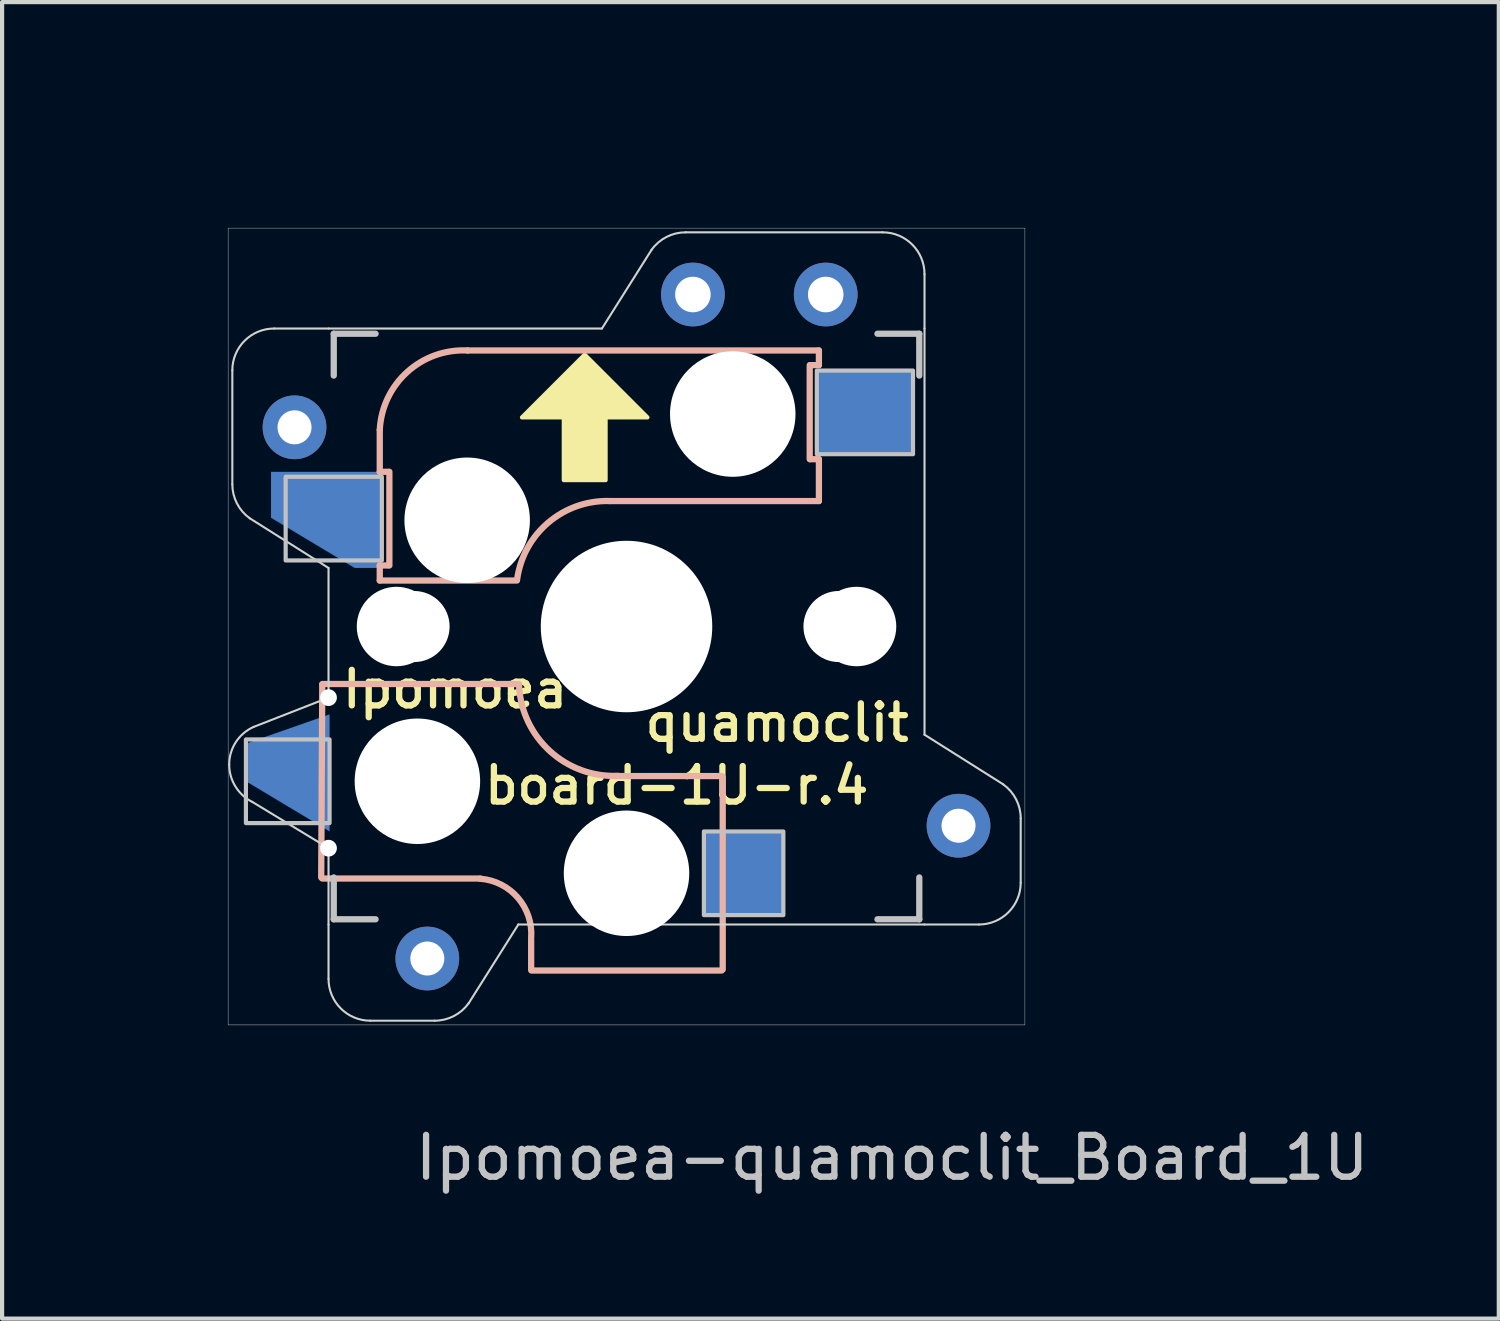
<source format=kicad_pcb>
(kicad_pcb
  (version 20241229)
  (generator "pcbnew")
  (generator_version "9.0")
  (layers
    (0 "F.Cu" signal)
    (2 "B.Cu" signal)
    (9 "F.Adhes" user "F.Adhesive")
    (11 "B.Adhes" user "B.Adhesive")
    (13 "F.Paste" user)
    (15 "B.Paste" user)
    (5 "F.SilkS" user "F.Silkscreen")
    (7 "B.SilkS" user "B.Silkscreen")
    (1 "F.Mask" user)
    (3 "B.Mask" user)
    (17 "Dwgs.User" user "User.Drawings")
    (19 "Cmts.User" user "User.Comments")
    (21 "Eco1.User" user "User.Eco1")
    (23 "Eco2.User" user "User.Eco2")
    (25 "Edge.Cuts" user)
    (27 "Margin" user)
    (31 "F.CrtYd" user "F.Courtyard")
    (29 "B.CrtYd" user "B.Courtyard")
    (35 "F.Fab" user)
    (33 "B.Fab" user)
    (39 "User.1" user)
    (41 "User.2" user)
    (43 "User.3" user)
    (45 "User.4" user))
  (footprint "Ipomoea-quamoclit_Board_1U"
    (layer "F.Cu")
    (at 11.93 11.93)
    (property "Reference" "Ipomoea-quamoclit_Board_1U" (at 6.35 12.7 0) (layer "Dwgs.User") (effects (font (size 1 1) (thickness 0.15))))
    (attr through_hole)
    (fp_poly (pts (xy 0.5 -5) (xy -0.5 -5) (xy -0.5 -3.5) (xy -1.5 -3.5) (xy -1.5 -5) (xy -2.5 -5) (xy -1 -6.5)) (stroke (width 0.1) (type solid)) (fill yes) (layer "F.SilkS"))
    (fp_line (start -7.275 1.4) (end -7.3 6) (stroke (width 0.15) (type solid)) (layer "B.SilkS"))
    (fp_line (start -5.9 -4.7) (end -5.9 -3.7) (stroke (width 0.15) (type solid)) (layer "B.SilkS"))
    (fp_line (start -5.9 -3.7) (end -5.7 -3.7) (stroke (width 0.15) (type solid)) (layer "B.SilkS"))
    (fp_line (start -5.9 -1.1) (end -5.9 -1.46) (stroke (width 0.15) (type solid)) (layer "B.SilkS"))
    (fp_line (start -5.9 -1.1) (end -2.62 -1.1) (stroke (width 0.15) (type solid)) (layer "B.SilkS"))
    (fp_line (start -5.7 -1.46) (end -5.9 -1.46) (stroke (width 0.15) (type solid)) (layer "B.SilkS"))
    (fp_line (start -5.67 -3.7) (end -5.67 -1.46) (stroke (width 0.15) (type solid)) (layer "B.SilkS"))
    (fp_line (start -3.5 6.025) (end -7.275 6.025) (stroke (width 0.15) (type solid)) (layer "B.SilkS"))
    (fp_line (start -2.575 1.375) (end -7.275 1.375) (stroke (width 0.15) (type solid)) (layer "B.SilkS"))
    (fp_line (start -2.28 7.5) (end -2.28 8.2) (stroke (width 0.15) (type solid)) (layer "B.SilkS"))
    (fp_line (start -0.4 -3) (end 4.6 -3) (stroke (width 0.15) (type solid)) (layer "B.SilkS"))
    (fp_line (start 2.275 3.575) (end -0.275 3.575) (stroke (width 0.15) (type solid)) (layer "B.SilkS"))
    (fp_line (start 2.275 8.225) (end -2.275 8.225) (stroke (width 0.15) (type solid)) (layer "B.SilkS"))
    (fp_line (start 2.3 3.6) (end 2.3 8.2) (stroke (width 0.15) (type solid)) (layer "B.SilkS"))
    (fp_line (start 4.38 -4) (end 4.38 -6.25) (stroke (width 0.15) (type solid)) (layer "B.SilkS"))
    (fp_line (start 4.4 -6.25) (end 4.6 -6.25) (stroke (width 0.15) (type solid)) (layer "B.SilkS"))
    (fp_line (start 4.6 -6.6) (end -3.8 -6.6) (stroke (width 0.15) (type solid)) (layer "B.SilkS"))
    (fp_line (start 4.6 -6.25) (end 4.6 -6.6) (stroke (width 0.15) (type solid)) (layer "B.SilkS"))
    (fp_line (start 4.6 -4) (end 4.4 -4) (stroke (width 0.15) (type solid)) (layer "B.SilkS"))
    (fp_line (start 4.6 -3) (end 4.6 -4) (stroke (width 0.15) (type solid)) (layer "B.SilkS"))
    (fp_arc (start -5.9 -4.699999) (mid -5.243504 -6.084924) (end -3.800001 -6.6) (stroke (width 0.15) (type solid)) (layer "B.SilkS"))
    (fp_arc (start -3.5 6.03) (mid -2.595908 6.48733) (end -2.28 7.45) (stroke (width 0.15) (type solid)) (layer "B.SilkS"))
    (fp_arc (start -2.616318 -1.121471) (mid -1.868709 -2.486118) (end -0.4 -3) (stroke (width 0.15) (type solid)) (layer "B.SilkS"))
    (fp_arc (start -0.2 3.57) (mid -1.834422 2.975843) (end -2.57 1.4) (stroke (width 0.15) (type solid)) (layer "B.SilkS"))
    (fp_line (start -9.525 -9.525) (end 9.525 -9.525) (stroke (width 0.01) (type solid)) (layer "Dwgs.User"))
    (fp_line (start -9.525 9.525) (end -9.525 -9.525) (stroke (width 0.01) (type solid)) (layer "Dwgs.User"))
    (fp_line (start -7 -7) (end -6 -7) (stroke (width 0.15) (type solid)) (layer "Dwgs.User"))
    (fp_line (start -7 -6) (end -7 -7) (stroke (width 0.15) (type solid)) (layer "Dwgs.User"))
    (fp_line (start -7 6) (end -7 7) (stroke (width 0.15) (type solid)) (layer "Dwgs.User"))
    (fp_line (start -7 7) (end -6 7) (stroke (width 0.15) (type solid)) (layer "Dwgs.User"))
    (fp_line (start 6 7) (end 7 7) (stroke (width 0.15) (type solid)) (layer "Dwgs.User"))
    (fp_line (start 7 -7) (end 6 -7) (stroke (width 0.15) (type solid)) (layer "Dwgs.User"))
    (fp_line (start 7 -7) (end 7 -6) (stroke (width 0.15) (type solid)) (layer "Dwgs.User"))
    (fp_line (start 7 7) (end 7 6) (stroke (width 0.15) (type solid)) (layer "Dwgs.User"))
    (fp_line (start 9.525 -9.525) (end 9.525 9.525) (stroke (width 0.01) (type solid)) (layer "Dwgs.User"))
    (fp_line (start 9.525 9.525) (end -9.525 9.525) (stroke (width 0.01) (type solid)) (layer "Dwgs.User"))
    (fp_poly (pts (xy -7.1 4.7) (xy -9.1 4.7) (xy -9.1 2.7) (xy -7.1 2.7)) (stroke (width 0.1) (type solid)) (fill no) (layer "Dwgs.User"))
    (fp_poly (pts (xy -5.85 -1.58) (xy -8.15 -1.58) (xy -8.15 -3.58) (xy -5.85 -3.58)) (stroke (width 0.1) (type solid)) (fill no) (layer "Dwgs.User"))
    (fp_poly (pts (xy 3.75 6.9) (xy 1.85 6.9) (xy 1.85 4.9) (xy 3.75 4.9)) (stroke (width 0.1) (type solid)) (fill no) (layer "Dwgs.User"))
    (fp_poly (pts (xy 6.85 -4.12) (xy 4.55 -4.12) (xy 4.55 -6.12) (xy 6.85 -6.12)) (stroke (width 0.1) (type solid)) (fill no) (layer "Dwgs.User"))
    (fp_circle (center -9.525 -9.525) (end -8.025 -9.525) (stroke (width 0.01) (type solid)) (fill no) (layer "Eco1.User"))
    (fp_circle (center -9.525 -9.525) (end -7.525 -9.525) (stroke (width 0.01) (type solid)) (fill no) (layer "Eco1.User"))
    (fp_circle (center -9.525 -9.525) (end -7.125 -9.525) (stroke (width 0.01) (type solid)) (fill no) (layer "Eco1.User"))
    (fp_circle (center -9.525 -6.35) (end -7.525 -6.35) (stroke (width 0.01) (type solid)) (fill no) (layer "Eco1.User"))
    (fp_circle (center -9.525 -3.175) (end -7.525 -3.175) (stroke (width 0.01) (type solid)) (fill no) (layer "Eco1.User"))
    (fp_circle (center -9.525 0) (end -8.025 0) (stroke (width 0.01) (type solid)) (fill no) (layer "Eco1.User"))
    (fp_circle (center -9.525 0) (end -7.525 0) (stroke (width 0.01) (type solid)) (fill no) (layer "Eco1.User"))
    (fp_circle (center -9.525 0) (end -7.125 0) (stroke (width 0.01) (type solid)) (fill no) (layer "Eco1.User"))
    (fp_circle (center -9.525 3.175) (end -7.525 3.175) (stroke (width 0.01) (type solid)) (fill no) (layer "Eco1.User"))
    (fp_circle (center -9.525 6.35) (end -7.525 6.35) (stroke (width 0.01) (type solid)) (fill no) (layer "Eco1.User"))
    (fp_circle (center -9.525 9.525) (end -8.025 9.525) (stroke (width 0.01) (type solid)) (fill no) (layer "Eco1.User"))
    (fp_circle (center -9.525 9.525) (end -7.525 9.525) (stroke (width 0.01) (type solid)) (fill no) (layer "Eco1.User"))
    (fp_circle (center -9.525 9.525) (end -7.125 9.525) (stroke (width 0.01) (type solid)) (fill no) (layer "Eco1.User"))
    (fp_circle (center -6.35 -9.525) (end -6.35 -11.525) (stroke (width 0.01) (type solid)) (fill no) (layer "Eco1.User"))
    (fp_circle (center -6.35 9.525) (end -6.35 7.525) (stroke (width 0.01) (type solid)) (fill no) (layer "Eco1.User"))
    (fp_circle (center -3.175 -9.525) (end -3.175 -11.525) (stroke (width 0.01) (type solid)) (fill no) (layer "Eco1.User"))
    (fp_circle (center -3.175 9.525) (end -3.175 7.525) (stroke (width 0.01) (type solid)) (fill no) (layer "Eco1.User"))
    (fp_circle (center 0 -9.525) (end 1.5 -9.525) (stroke (width 0.01) (type solid)) (fill no) (layer "Eco1.User"))
    (fp_circle (center 0 -9.525) (end 2 -9.525) (stroke (width 0.01) (type solid)) (fill no) (layer "Eco1.User"))
    (fp_circle (center 0 -9.525) (end 2.4 -9.525) (stroke (width 0.01) (type solid)) (fill no) (layer "Eco1.User"))
    (fp_circle (center 0 9.525) (end 1.5 9.525) (stroke (width 0.01) (type solid)) (fill no) (layer "Eco1.User"))
    (fp_circle (center 0 9.525) (end 2 9.525) (stroke (width 0.01) (type solid)) (fill no) (layer "Eco1.User"))
    (fp_circle (center 0 9.525) (end 2.4 9.525) (stroke (width 0.01) (type solid)) (fill no) (layer "Eco1.User"))
    (fp_circle (center 3.175 -9.525) (end 3.175 -11.525) (stroke (width 0.01) (type solid)) (fill no) (layer "Eco1.User"))
    (fp_circle (center 3.175 9.525) (end 3.175 7.525) (stroke (width 0.01) (type solid)) (fill no) (layer "Eco1.User"))
    (fp_circle (center 6.35 -9.525) (end 6.35 -11.525) (stroke (width 0.01) (type solid)) (fill no) (layer "Eco1.User"))
    (fp_circle (center 6.35 9.525) (end 6.35 7.525) (stroke (width 0.01) (type solid)) (fill no) (layer "Eco1.User"))
    (fp_circle (center 9.525 -9.525) (end 11.025 -9.525) (stroke (width 0.01) (type solid)) (fill no) (layer "Eco1.User"))
    (fp_circle (center 9.525 -9.525) (end 11.525 -9.525) (stroke (width 0.01) (type solid)) (fill no) (layer "Eco1.User"))
    (fp_circle (center 9.525 -9.525) (end 11.925 -9.525) (stroke (width 0.01) (type solid)) (fill no) (layer "Eco1.User"))
    (fp_circle (center 9.525 -6.35) (end 11.525 -6.35) (stroke (width 0.01) (type solid)) (fill no) (layer "Eco1.User"))
    (fp_circle (center 9.525 -3.175) (end 11.525 -3.175) (stroke (width 0.01) (type solid)) (fill no) (layer "Eco1.User"))
    (fp_circle (center 9.525 0) (end 11.025 0) (stroke (width 0.01) (type solid)) (fill no) (layer "Eco1.User"))
    (fp_circle (center 9.525 0) (end 11.525 0) (stroke (width 0.01) (type solid)) (fill no) (layer "Eco1.User"))
    (fp_circle (center 9.525 0) (end 11.925 0) (stroke (width 0.01) (type solid)) (fill no) (layer "Eco1.User"))
    (fp_circle (center 9.525 3.175) (end 11.525 3.175) (stroke (width 0.01) (type solid)) (fill no) (layer "Eco1.User"))
    (fp_circle (center 9.525 6.35) (end 11.525 6.35) (stroke (width 0.01) (type solid)) (fill no) (layer "Eco1.User"))
    (fp_circle (center 9.525 9.525) (end 11.025 9.525) (stroke (width 0.01) (type solid)) (fill no) (layer "Eco1.User"))
    (fp_circle (center 9.525 9.525) (end 11.525 9.525) (stroke (width 0.01) (type solid)) (fill no) (layer "Eco1.User"))
    (fp_circle (center 9.525 9.525) (end 11.925 9.525) (stroke (width 0.01) (type solid)) (fill no) (layer "Eco1.User"))
    (fp_line (start -9.425 -3.4) (end -9.425 -6.125) (stroke (width 0.05) (type solid)) (layer "Edge.Cuts"))
    (fp_line (start -9.009 -2.588) (end -7.125 -1.4) (stroke (width 0.05) (type solid)) (layer "Edge.Cuts"))
    (fp_line (start -8.947 4.194) (end -7.125 5.3) (stroke (width 0.05) (type solid)) (layer "Edge.Cuts"))
    (fp_line (start -7.125 -7.125) (end -8.425 -7.125) (stroke (width 0.05) (type solid)) (layer "Edge.Cuts"))
    (fp_line (start -7.125 -7.125) (end -0.588 -7.125) (stroke (width 0.05) (type solid)) (layer "Edge.Cuts"))
    (fp_line (start -7.125 -1.4) (end -7.125 1.7) (stroke (width 0.05) (type solid)) (layer "Edge.Cuts"))
    (fp_line (start -7.125 1.7) (end -8.915 2.4) (stroke (width 0.05) (type solid)) (layer "Edge.Cuts"))
    (fp_line (start -7.125 5.3) (end -7.125 7.125) (stroke (width 0.05) (type solid)) (layer "Edge.Cuts"))
    (fp_line (start -7.125 7.125) (end -7.125 8.425) (stroke (width 0.05) (type solid)) (layer "Edge.Cuts"))
    (fp_line (start -4.588 9.425) (end -6.125 9.425) (stroke (width 0.05) (type solid)) (layer "Edge.Cuts"))
    (fp_line (start -3.775 9.009) (end -2.587 7.125) (stroke (width 0.05) (type solid)) (layer "Edge.Cuts"))
    (fp_line (start 0.6 -9.009) (end -0.588 -7.125) (stroke (width 0.05) (type solid)) (layer "Edge.Cuts"))
    (fp_line (start 1.413 -9.425) (end 6.125 -9.425) (stroke (width 0.05) (type solid)) (layer "Edge.Cuts"))
    (fp_line (start 7.125 -7.125) (end 7.125 -8.425) (stroke (width 0.05) (type solid)) (layer "Edge.Cuts"))
    (fp_line (start 7.125 2.587) (end 7.125 -7.125) (stroke (width 0.05) (type solid)) (layer "Edge.Cuts"))
    (fp_line (start 7.125 7.125) (end -2.587 7.125) (stroke (width 0.05) (type solid)) (layer "Edge.Cuts"))
    (fp_line (start 7.125 7.125) (end 8.425 7.125) (stroke (width 0.05) (type solid)) (layer "Edge.Cuts"))
    (fp_line (start 9.009 3.775) (end 7.125 2.587) (stroke (width 0.05) (type solid)) (layer "Edge.Cuts"))
    (fp_line (start 9.425 4.588) (end 9.425 6.125) (stroke (width 0.05) (type solid)) (layer "Edge.Cuts"))
    (fp_arc (start -9.5 3.3) (mid -9.340933 2.763322) (end -8.915114 2.4) (stroke (width 0.05) (type solid)) (layer "Edge.Cuts"))
    (fp_arc (start -9.425 -6.125) (mid -9.132107 -6.832107) (end -8.425 -7.125) (stroke (width 0.05) (type solid)) (layer "Edge.Cuts"))
    (fp_arc (start -9.008636 -2.587985) (mid -9.314841 -2.943731) (end -9.425 -3.4) (stroke (width 0.05) (type solid)) (layer "Edge.Cuts"))
    (fp_arc (start -8.947214 4.194427) (mid -9.350651 3.825731) (end -9.5 3.3) (stroke (width 0.05) (type solid)) (layer "Edge.Cuts"))
    (fp_arc (start -6.125 9.425) (mid -6.832107 9.132107) (end -7.125 8.425) (stroke (width 0.05) (type solid)) (layer "Edge.Cuts"))
    (fp_arc (start -3.775485 9.008636) (mid -4.131231 9.314841) (end -4.5875 9.425) (stroke (width 0.05) (type solid)) (layer "Edge.Cuts"))
    (fp_arc (start 0.600485 -9.008636) (mid 0.956231 -9.314841) (end 1.4125 -9.425) (stroke (width 0.05) (type solid)) (layer "Edge.Cuts"))
    (fp_arc (start 6.125 -9.425) (mid 6.832107 -9.132107) (end 7.125 -8.425) (stroke (width 0.05) (type solid)) (layer "Edge.Cuts"))
    (fp_arc (start 9.008636 3.775485) (mid 9.314841 4.131231) (end 9.425 4.5875) (stroke (width 0.05) (type solid)) (layer "Edge.Cuts"))
    (fp_arc (start 9.425 6.125) (mid 9.132107 6.832107) (end 8.425 7.125) (stroke (width 0.05) (type solid)) (layer "Edge.Cuts"))
    (fp_text user "board-1U-r.4" (at 1.2 3.8 0) (layer "F.SilkS") (effects (font (size 0.85 0.85) (thickness 0.15))))
    (fp_text user "Ipomoea" (at -4.1 1.5 0) (layer "F.SilkS") (effects (font (size 0.85 0.85) (thickness 0.15))))
    (fp_text user "quamoclit" (at 3.6 2.3 0) (layer "F.SilkS") (effects (font (size 0.85 0.85) (thickness 0.15))))
    (pad "" thru_hole circle (at -7.938 -4.763) (size 1.524 1.524) (drill 0.813) (layers "*.Cu" "*.Mask"))
    (pad "" np_thru_hole circle (at -7.125 1.7) (size 0.4 0.4) (drill 0.4) (layers "*.Cu" "*.Mask"))
    (pad "" np_thru_hole circle (at -7.125 5.3) (size 0.4 0.4) (drill 0.4) (layers "*.Cu" "*.Mask"))
    (pad "" np_thru_hole circle (at -5.5 0 90) (size 1.9 1.9) (drill 1.9) (layers "*.Cu" "*.Mask"))
    (pad "" np_thru_hole circle (at -5.08 0) (size 1.7 1.7) (drill 1.7) (layers "*.Cu" "*.Mask"))
    (pad "" np_thru_hole circle (at -5 3.7 90) (size 3 3) (drill 3) (layers "*.Cu" "*.Mask"))
    (pad "" thru_hole circle (at -4.763 7.938) (size 1.524 1.524) (drill 0.813) (layers "*.Cu" "*.Mask"))
    (pad "" np_thru_hole circle (at -3.81 -2.54 180) (size 3 3) (drill 3) (layers "*.Cu" "*.Mask"))
    (pad "" np_thru_hole circle (at 0 0 90) (size 4.1 4.1) (drill 4.1) (layers "*.Cu" "*.Mask"))
    (pad "" np_thru_hole circle (at 0 5.9 90) (size 3 3) (drill 3) (layers "*.Cu" "*.Mask"))
    (pad "" np_thru_hole circle (at 2.54 -5.08 180) (size 3 3) (drill 3) (layers "*.Cu" "*.Mask"))
    (pad "" np_thru_hole circle (at 5.08 0) (size 1.7 1.7) (drill 1.7) (layers "*.Cu" "*.Mask"))
    (pad "" np_thru_hole circle (at 5.5 0 90) (size 1.9 1.9) (drill 1.9) (layers "*.Cu" "*.Mask"))
    (pad "" thru_hole circle (at 7.938 4.763) (size 1.524 1.524) (drill 0.813) (layers "*.Cu" "*.Mask"))
    (pad "1" smd custom (at -8 3.3) (size 1.524 1.524) (layers "B.Cu" "B.Mask" "B.Paste") (options (anchor circle)) (primitives (gr_poly (pts (xy 0.9 1.6) (xy -1.1 0.4) (xy -1.1 -0.5) (xy 0.9 -1.2)) (width 0) (fill yes))))
    (pad "1" smd custom (at -7 -2.7) (size 1.524 1.524) (layers "B.Cu" "B.Mask" "B.Paste") (options (anchor circle)) (primitives (gr_poly (pts (xy 1.15 1.3) (xy 0.5 1.3) (xy -1.5 0.1) (xy -1.5 -1) (xy 1.15 -1)) (width 0) (fill yes))))
    (pad "1" thru_hole circle (at 1.587 -7.938 180) (size 1.524 1.524) (drill 0.85) (layers "*.Cu" "*.Mask"))
    (pad "2" smd rect (at 2.8 5.9 180) (size 1.9 2) (layers "B.Cu" "B.Mask" "B.Paste"))
    (pad "2" thru_hole circle (at 4.763 -7.938 180) (size 1.524 1.524) (drill 0.85) (layers "*.Cu" "*.Mask"))
    (pad "2" smd rect (at 5.7 -5.12 180) (size 2.3 2) (layers "B.Cu" "B.Mask" "B.Paste")))
  (gr_rect
    (start -3 -3)
    (end 32.786 28.478)
    (stroke (width 0.1) (type default))
    (fill no)
    (layer "Edge.Cuts")))
</source>
